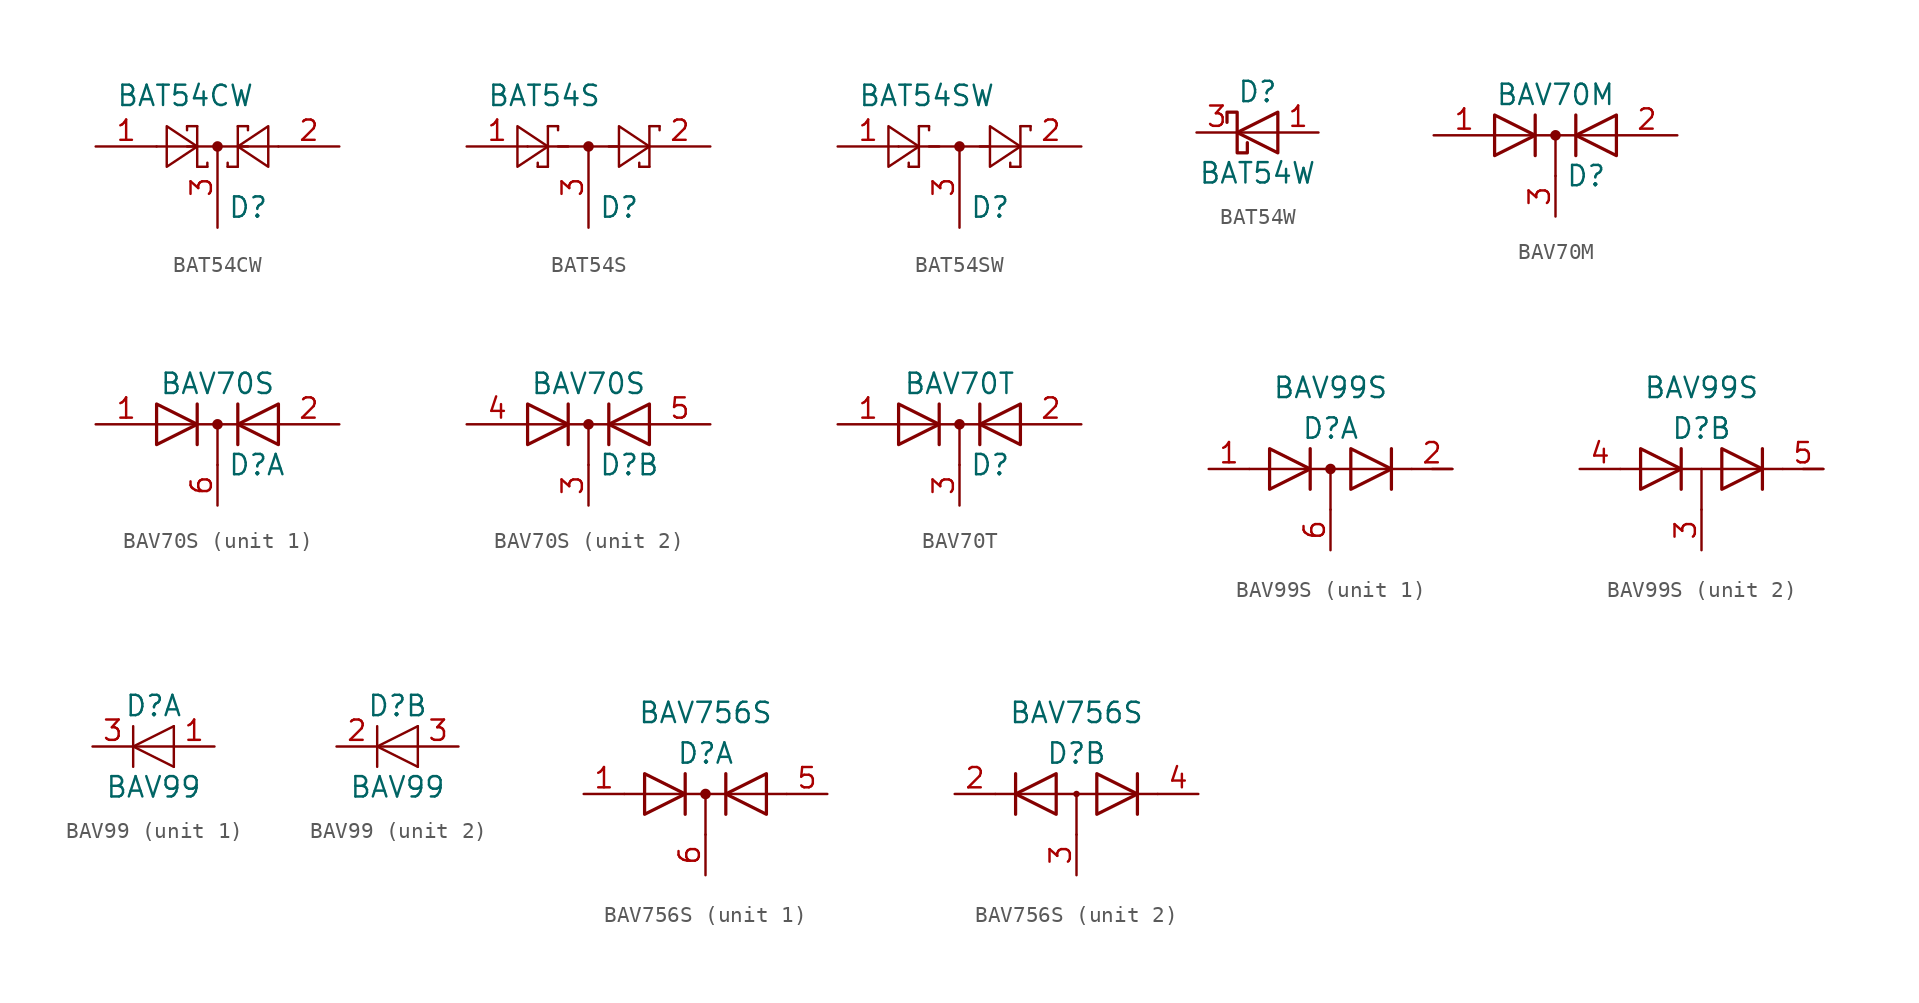
<source format=kicad_sym>
(kicad_symbol_lib
  (version 20201005)
  (generator kicad_symbol_editor)
  (symbol "BAT54CW"
    (pin_names
      (offset 1.016))
    (property "Reference" "D"
      (at 0.635 -3.81 0)
      (effects (font (size 1.27 1.27)) (justify left)))
    (property "Value" "BAT54CW"
      (at -6.35 3.175 0)
      (effects (font (size 1.27 1.27)) (justify left)))
    (symbol "BAT54CW_0_1"
      (circle (center 0 0) (radius 0.254) (stroke (width 0)) (fill (type outline)))
      (polyline (pts (xy -1.905 0) (xy 1.905 0)) (stroke (width 0)) (fill (type none)))
      (polyline (pts (xy -1.905 1.27) (xy -1.905 1.016)) (stroke (width 0)) (fill (type none)))
      (polyline (pts (xy -1.27 -1.27) (xy -0.635 -1.27)) (stroke (width 0)) (fill (type none)))
      (polyline (pts (xy -1.27 0) (xy -3.81 0)) (stroke (width 0)) (fill (type none)))
      (polyline (pts (xy -1.27 1.27) (xy -1.905 1.27)) (stroke (width 0)) (fill (type none)))
      (polyline (pts (xy -1.27 1.27) (xy -1.27 -1.27)) (stroke (width 0)) (fill (type none)))
      (polyline (pts (xy -0.635 -1.27) (xy -0.635 -1.016)) (stroke (width 0)) (fill (type none)))
      (polyline (pts (xy 0.635 -1.27) (xy 0.635 -1.016)) (stroke (width 0)) (fill (type none)))
      (polyline (pts (xy 1.27 -1.27) (xy 0.635 -1.27)) (stroke (width 0)) (fill (type none)))
      (polyline (pts (xy 1.27 1.27) (xy 1.27 -1.27)) (stroke (width 0)) (fill (type none)))
      (polyline (pts (xy 1.27 1.27) (xy 1.905 1.27)) (stroke (width 0)) (fill (type none)))
      (polyline (pts (xy 1.905 1.27) (xy 1.905 1.016)) (stroke (width 0)) (fill (type none)))
      (polyline (pts (xy 3.81 0) (xy 1.27 0)) (stroke (width 0)) (fill (type none)))
      (polyline (pts (xy -3.175 -1.27) (xy -3.175 1.27) (xy -1.27 0) (xy -3.175 -1.27)) (stroke (width 0)) (fill (type none)))
      (polyline (pts (xy 3.175 -1.27) (xy 3.175 1.27) (xy 1.27 0) (xy 3.175 -1.27)) (stroke (width 0)) (fill (type none))))
    (symbol "BAT54CW_1_1"
      (pin passive line (at -7.62 0 0) (length 3.81) (name "~" (effects (font (size 1.27 1.27)))) (number "1" (effects (font (size 1.27 1.27)))))
      (pin passive line (at 7.62 0 180) (length 3.81) (name "~" (effects (font (size 1.27 1.27)))) (number "2" (effects (font (size 1.27 1.27)))))
      (pin passive line (at 0 -5.08 90) (length 5.08) (name "~" (effects (font (size 1.27 1.27)))) (number "3" (effects (font (size 1.27 1.27)))))))
  (symbol "BAT54S"
    (pin_names
      (offset 1.016))
    (property "Reference" "D"
      (at 0.635 -3.81 0)
      (effects (font (size 1.27 1.27)) (justify left)))
    (property "Value" "BAT54S"
      (at -6.35 3.175 0)
      (effects (font (size 1.27 1.27)) (justify left)))
    (symbol "BAT54S_0_1"
      (circle (center 0 0) (radius 0.254) (stroke (width 0)) (fill (type outline)))
      (polyline (pts (xy -3.81 0) (xy -1.27 0)) (stroke (width 0)) (fill (type none)))
      (polyline (pts (xy -3.175 -1.27) (xy -3.175 -1.016)) (stroke (width 0)) (fill (type none)))
      (polyline (pts (xy -2.54 -1.27) (xy -3.175 -1.27)) (stroke (width 0)) (fill (type none)))
      (polyline (pts (xy -2.54 -1.27) (xy -2.54 1.27)) (stroke (width 0)) (fill (type none)))
      (polyline (pts (xy -2.54 1.27) (xy -1.905 1.27)) (stroke (width 0)) (fill (type none)))
      (polyline (pts (xy -1.905 0) (xy 1.905 0)) (stroke (width 0)) (fill (type none)))
      (polyline (pts (xy -1.905 1.27) (xy -1.905 1.016)) (stroke (width 0)) (fill (type none)))
      (polyline (pts (xy 1.27 0) (xy 3.81 0)) (stroke (width 0)) (fill (type none)))
      (polyline (pts (xy 3.175 -1.27) (xy 3.175 -1.016)) (stroke (width 0)) (fill (type none)))
      (polyline (pts (xy 3.81 -1.27) (xy 3.175 -1.27)) (stroke (width 0)) (fill (type none)))
      (polyline (pts (xy 3.81 -1.27) (xy 3.81 1.27)) (stroke (width 0)) (fill (type none)))
      (polyline (pts (xy 3.81 1.27) (xy 4.445 1.27)) (stroke (width 0)) (fill (type none)))
      (polyline (pts (xy 4.445 1.27) (xy 4.445 1.016)) (stroke (width 0)) (fill (type none)))
      (polyline (pts (xy -4.445 1.27) (xy -4.445 -1.27) (xy -2.54 0) (xy -4.445 1.27)) (stroke (width 0)) (fill (type none)))
      (polyline (pts (xy 1.905 1.27) (xy 1.905 -1.27) (xy 3.81 0) (xy 1.905 1.27)) (stroke (width 0)) (fill (type none))))
    (symbol "BAT54S_1_1"
      (pin passive line (at -7.62 0 0) (length 3.81) (name "~" (effects (font (size 1.27 1.27)))) (number "1" (effects (font (size 1.27 1.27)))))
      (pin passive line (at 7.62 0 180) (length 3.81) (name "~" (effects (font (size 1.27 1.27)))) (number "2" (effects (font (size 1.27 1.27)))))
      (pin passive line (at 0 -5.08 90) (length 5.08) (name "~" (effects (font (size 1.27 1.27)))) (number "3" (effects (font (size 1.27 1.27)))))))
  (symbol "BAT54SW"
    (pin_names
      (offset 1.016))
    (property "Reference" "D"
      (at 0.635 -3.81 0)
      (effects (font (size 1.27 1.27)) (justify left)))
    (property "Value" "BAT54SW"
      (at -6.35 3.175 0)
      (effects (font (size 1.27 1.27)) (justify left)))
    (symbol "BAT54SW_0_1"
      (circle (center 0 0) (radius 0.254) (stroke (width 0)) (fill (type outline)))
      (polyline (pts (xy -3.81 0) (xy -1.27 0)) (stroke (width 0)) (fill (type none)))
      (polyline (pts (xy -3.175 -1.27) (xy -3.175 -1.016)) (stroke (width 0)) (fill (type none)))
      (polyline (pts (xy -2.54 -1.27) (xy -3.175 -1.27)) (stroke (width 0)) (fill (type none)))
      (polyline (pts (xy -2.54 -1.27) (xy -2.54 1.27)) (stroke (width 0)) (fill (type none)))
      (polyline (pts (xy -2.54 1.27) (xy -1.905 1.27)) (stroke (width 0)) (fill (type none)))
      (polyline (pts (xy -1.905 0) (xy 1.905 0)) (stroke (width 0)) (fill (type none)))
      (polyline (pts (xy -1.905 1.27) (xy -1.905 1.016)) (stroke (width 0)) (fill (type none)))
      (polyline (pts (xy 1.27 0) (xy 3.81 0)) (stroke (width 0)) (fill (type none)))
      (polyline (pts (xy 3.175 -1.27) (xy 3.175 -1.016)) (stroke (width 0)) (fill (type none)))
      (polyline (pts (xy 3.81 -1.27) (xy 3.175 -1.27)) (stroke (width 0)) (fill (type none)))
      (polyline (pts (xy 3.81 -1.27) (xy 3.81 1.27)) (stroke (width 0)) (fill (type none)))
      (polyline (pts (xy 3.81 1.27) (xy 4.445 1.27)) (stroke (width 0)) (fill (type none)))
      (polyline (pts (xy 4.445 1.27) (xy 4.445 1.016)) (stroke (width 0)) (fill (type none)))
      (polyline (pts (xy -4.445 1.27) (xy -4.445 -1.27) (xy -2.54 0) (xy -4.445 1.27)) (stroke (width 0)) (fill (type none)))
      (polyline (pts (xy 1.905 1.27) (xy 1.905 -1.27) (xy 3.81 0) (xy 1.905 1.27)) (stroke (width 0)) (fill (type none))))
    (symbol "BAT54SW_1_1"
      (pin passive line (at -7.62 0 0) (length 3.81) (name "~" (effects (font (size 1.27 1.27)))) (number "1" (effects (font (size 1.27 1.27)))))
      (pin passive line (at 7.62 0 180) (length 3.81) (name "~" (effects (font (size 1.27 1.27)))) (number "2" (effects (font (size 1.27 1.27)))))
      (pin passive line (at 0 -5.08 90) (length 5.08) (name "~" (effects (font (size 1.27 1.27)))) (number "3" (effects (font (size 1.27 1.27)))))))
  (symbol "BAT54W"
    (pin_names
      (offset 1.016) hide)
    (property "Reference" "D"
      (at 0 2.54 0)
      (effects (font (size 1.27 1.27))))
    (property "Value" "BAT54W"
      (at 0 -2.54 0)
      (effects (font (size 1.27 1.27))))
    (symbol "BAT54W_0_1"
      (polyline (pts (xy 1.27 0) (xy -1.27 0)) (stroke (width 0)) (fill (type none)))
      (polyline (pts (xy 1.27 1.27) (xy 1.27 -1.27) (xy -1.27 0) (xy 1.27 1.27)) (stroke (width 0.203)) (fill (type none)))
      (polyline (pts (xy -1.905 0.635) (xy -1.905 1.27) (xy -1.27 1.27) (xy -1.27 -1.27) (xy -0.635 -1.27) (xy -0.635 -0.635)) (stroke (width 0.203)) (fill (type none))))
    (symbol "BAT54W_1_1"
      (pin passive line (at 3.81 0 180) (length 2.54) (name "A" (effects (font (size 1.27 1.27)))) (number "1" (effects (font (size 1.27 1.27)))))
      (pin no_connect line (at 0 0 90) (length 2.54) hide (name "NC" (effects (font (size 1.27 1.27)))) (number "2" (effects (font (size 1.27 1.27)))))
      (pin passive line (at -3.81 0 0) (length 2.54) (name "K" (effects (font (size 1.27 1.27)))) (number "3" (effects (font (size 1.27 1.27)))))))
  (symbol "BAV70M"
    (pin_names
      (offset 0.762) hide)
    (property "Reference" "D"
      (at 0.635 -2.54 0)
      (effects (font (size 1.27 1.27)) (justify left)))
    (property "Value" "BAV70M"
      (at 0 2.54 0)
      (effects (font (size 1.27 1.27))))
    (symbol "BAV70M_0_1"
      (circle (center 0 0) (radius 0.254) (stroke (width 0)) (fill (type outline)))
      (polyline (pts (xy -3.81 0) (xy 3.81 0)) (stroke (width 0)) (fill (type none)))
      (polyline (pts (xy 0 0) (xy 0 -2.54)) (stroke (width 0)) (fill (type none)))
      (polyline (pts (xy -1.27 -1.27) (xy -1.27 1.27) (xy -1.27 1.27)) (stroke (width 0.203)) (fill (type none)))
      (polyline (pts (xy 1.27 -1.27) (xy 1.27 1.27) (xy 1.27 1.27)) (stroke (width 0.203)) (fill (type none)))
      (polyline (pts (xy -3.81 1.27) (xy -1.27 0) (xy -3.81 -1.27) (xy -3.81 1.27) (xy -3.81 1.27) (xy -3.81 1.27)) (stroke (width 0.203)) (fill (type none)))
      (polyline (pts (xy 3.81 -1.27) (xy 1.27 0) (xy 3.81 1.27) (xy 3.81 -1.27) (xy 3.81 -1.27) (xy 3.81 -1.27)) (stroke (width 0.203)) (fill (type none)))
      (pin passive line (at -7.62 0 0) (length 3.81) (name "A" (effects (font (size 1.27 1.27)))) (number "1" (effects (font (size 1.27 1.27)))))
      (pin passive line (at 7.62 0 180) (length 3.81) (name "A" (effects (font (size 1.27 1.27)))) (number "2" (effects (font (size 1.27 1.27)))))
      (pin passive line (at 0 -5.08 90) (length 2.54) (name "K" (effects (font (size 1.27 1.27)))) (number "3" (effects (font (size 1.27 1.27)))))))
  (symbol "BAV70S"
    (pin_names
      (offset 0.762) hide)
    (property "Reference" "D"
      (at 0.635 -2.54 0)
      (effects (font (size 1.27 1.27)) (justify left)))
    (property "Value" "BAV70S"
      (at 0 2.54 0)
      (effects (font (size 1.27 1.27))))
    (symbol "BAV70S_0_1"
      (circle (center 0 0) (radius 0.254) (stroke (width 0)) (fill (type outline)))
      (polyline (pts (xy -3.81 0) (xy 3.81 0)) (stroke (width 0)) (fill (type none)))
      (polyline (pts (xy 0 0) (xy 0 -2.54)) (stroke (width 0)) (fill (type none)))
      (polyline (pts (xy -1.27 -1.27) (xy -1.27 1.27) (xy -1.27 1.27)) (stroke (width 0.203)) (fill (type none)))
      (polyline (pts (xy 1.27 -1.27) (xy 1.27 1.27) (xy 1.27 1.27)) (stroke (width 0.203)) (fill (type none)))
      (polyline (pts (xy -3.81 1.27) (xy -1.27 0) (xy -3.81 -1.27) (xy -3.81 1.27) (xy -3.81 1.27) (xy -3.81 1.27)) (stroke (width 0.203)) (fill (type none)))
      (polyline (pts (xy 3.81 -1.27) (xy 1.27 0) (xy 3.81 1.27) (xy 3.81 -1.27) (xy 3.81 -1.27) (xy 3.81 -1.27)) (stroke (width 0.203)) (fill (type none))))
    (symbol "BAV70S_1_1"
      (pin passive line (at -7.62 0 0) (length 3.81) (name "A" (effects (font (size 1.27 1.27)))) (number "1" (effects (font (size 1.27 1.27)))))
      (pin passive line (at 7.62 0 180) (length 3.81) (name "A" (effects (font (size 1.27 1.27)))) (number "2" (effects (font (size 1.27 1.27)))))
      (pin passive line (at 0 -5.08 90) (length 2.54) (name "K" (effects (font (size 1.27 1.27)))) (number "6" (effects (font (size 1.27 1.27))))))
    (symbol "BAV70S_2_1"
      (pin passive line (at 0 -5.08 90) (length 2.54) (name "K" (effects (font (size 1.27 1.27)))) (number "3" (effects (font (size 1.27 1.27)))))
      (pin passive line (at -7.62 0 0) (length 3.81) (name "A" (effects (font (size 1.27 1.27)))) (number "4" (effects (font (size 1.27 1.27)))))
      (pin passive line (at 7.62 0 180) (length 3.81) (name "A" (effects (font (size 1.27 1.27)))) (number "5" (effects (font (size 1.27 1.27)))))))
  (symbol "BAV70T"
    (pin_names
      (offset 0.762) hide)
    (property "Reference" "D"
      (at 0.635 -2.54 0)
      (effects (font (size 1.27 1.27)) (justify left)))
    (property "Value" "BAV70T"
      (at 0 2.54 0)
      (effects (font (size 1.27 1.27))))
    (symbol "BAV70T_0_1"
      (circle (center 0 0) (radius 0.254) (stroke (width 0)) (fill (type outline)))
      (polyline (pts (xy -3.81 0) (xy 3.81 0)) (stroke (width 0)) (fill (type none)))
      (polyline (pts (xy 0 0) (xy 0 -2.54)) (stroke (width 0)) (fill (type none)))
      (polyline (pts (xy -1.27 -1.27) (xy -1.27 1.27) (xy -1.27 1.27)) (stroke (width 0.203)) (fill (type none)))
      (polyline (pts (xy 1.27 -1.27) (xy 1.27 1.27) (xy 1.27 1.27)) (stroke (width 0.203)) (fill (type none)))
      (polyline (pts (xy -3.81 1.27) (xy -1.27 0) (xy -3.81 -1.27) (xy -3.81 1.27) (xy -3.81 1.27) (xy -3.81 1.27)) (stroke (width 0.203)) (fill (type none)))
      (polyline (pts (xy 3.81 -1.27) (xy 1.27 0) (xy 3.81 1.27) (xy 3.81 -1.27) (xy 3.81 -1.27) (xy 3.81 -1.27)) (stroke (width 0.203)) (fill (type none)))
      (pin passive line (at -7.62 0 0) (length 3.81) (name "A" (effects (font (size 1.27 1.27)))) (number "1" (effects (font (size 1.27 1.27)))))
      (pin passive line (at 7.62 0 180) (length 3.81) (name "A" (effects (font (size 1.27 1.27)))) (number "2" (effects (font (size 1.27 1.27)))))
      (pin passive line (at 0 -5.08 90) (length 2.54) (name "K" (effects (font (size 1.27 1.27)))) (number "3" (effects (font (size 1.27 1.27)))))))
  (symbol "BAV99S"
    (pin_names
      (offset 0.025) hide)
    (property "Reference" "D"
      (at 0 2.54 0)
      (effects (font (size 1.27 1.27))))
    (property "Value" "BAV99S"
      (at 0 5.08 0)
      (effects (font (size 1.27 1.27))))
    (property "ki_locked" ""
      (at 0 0 0)
      (effects (font (size 1.27 1.27))))
    (symbol "BAV99S_0_1"
      (polyline (pts (xy -5.08 0) (xy 5.08 0)) (stroke (width 0)) (fill (type none)))
      (polyline (pts (xy 0 0) (xy 0 -2.54)) (stroke (width 0)) (fill (type none)))
      (polyline (pts (xy -1.27 -1.27) (xy -1.27 1.27) (xy -1.27 1.27)) (stroke (width 0.203)) (fill (type none)))
      (polyline (pts (xy 3.81 1.27) (xy 3.81 -1.27) (xy 3.81 -1.27)) (stroke (width 0.203)) (fill (type none)))
      (polyline (pts (xy -3.81 1.27) (xy -1.27 0) (xy -3.81 -1.27) (xy -3.81 1.27) (xy -3.81 1.27) (xy -3.81 1.27)) (stroke (width 0.203)) (fill (type none)))
      (polyline (pts (xy 1.27 1.27) (xy 3.81 0) (xy 1.27 -1.27) (xy 1.27 1.27) (xy 1.27 1.27) (xy 1.27 1.27)) (stroke (width 0.203)) (fill (type none))))
    (symbol "BAV99S_1_1"
      (circle (center 0 0) (radius 0.254) (stroke (width 0)) (fill (type outline)))
      (polyline (pts (xy 6.35 0) (xy 7.62 0)) (stroke (width 0)) (fill (type none)))
      (pin passive line (at -7.62 0 0) (length 2.54) (name "A1" (effects (font (size 1.27 1.27)))) (number "1" (effects (font (size 1.27 1.27)))))
      (pin passive line (at 7.62 0 180) (length 2.54) (name "K2" (effects (font (size 1.27 1.27)))) (number "2" (effects (font (size 1.27 1.27)))))
      (pin passive line (at 0 -5.08 90) (length 2.54) (name "K3A4" (effects (font (size 1.27 1.27)))) (number "6" (effects (font (size 1.27 1.27))))))
    (symbol "BAV99S_2_1"
      (polyline (pts (xy 6.35 0) (xy 7.62 0)) (stroke (width 0)) (fill (type none)))
      (pin passive line (at 0 -5.08 90) (length 2.54) (name "K1A2" (effects (font (size 1.27 1.27)))) (number "3" (effects (font (size 1.27 1.27)))))
      (pin passive line (at -7.62 0 0) (length 2.54) (name "A3" (effects (font (size 1.27 1.27)))) (number "4" (effects (font (size 1.27 1.27)))))
      (pin passive line (at 7.62 0 180) (length 2.54) (name "K4" (effects (font (size 1.27 1.27)))) (number "5" (effects (font (size 1.27 1.27)))))))
  (symbol "BAV99"
    (pin_names
      (offset 1.016) hide)
    (property "Reference" "D"
      (at 0 2.54 0)
      (effects (font (size 1.27 1.27))))
    (property "Value" "BAV99"
      (at 0 -2.54 0)
      (effects (font (size 1.27 1.27))))
    (symbol "BAV99_0_1"
      (polyline (pts (xy -1.27 1.27) (xy -1.27 -1.27)) (stroke (width 0.152)) (fill (type none)))
      (polyline (pts (xy 1.27 0) (xy -1.27 0)) (stroke (width 0)) (fill (type none)))
      (polyline (pts (xy 1.27 1.27) (xy 1.27 -1.27)) (stroke (width 0)) (fill (type none)))
      (polyline (pts (xy 1.27 1.27) (xy -1.27 0) (xy 1.27 -1.27)) (stroke (width 0)) (fill (type none))))
    (symbol "BAV99_1_1"
      (pin passive line (at 3.81 0 180) (length 2.54) (name "A" (effects (font (size 1.27 1.27)))) (number "1" (effects (font (size 1.27 1.27)))))
      (pin passive line (at -3.81 0 0) (length 2.54) (name "K" (effects (font (size 1.27 1.27)))) (number "3" (effects (font (size 1.27 1.27))))))
    (symbol "BAV99_2_1"
      (pin passive line (at -3.81 0 0) (length 2.54) (name "K" (effects (font (size 1.27 1.27)))) (number "2" (effects (font (size 1.27 1.27)))))
      (pin passive line (at 3.81 0 180) (length 2.54) (name "A" (effects (font (size 1.27 1.27)))) (number "3" (effects (font (size 1.27 1.27)))))))
  (symbol "BAV756S"
    (pin_names
      (offset 0.025) hide)
    (property "Reference" "D"
      (at 0 2.54 0)
      (effects (font (size 1.27 1.27))))
    (property "Value" "BAV756S"
      (at 0 5.08 0)
      (effects (font (size 1.27 1.27))))
    (property "ki_locked" ""
      (at 0 0 0)
      (effects (font (size 1.27 1.27))))
    (symbol "BAV756S_1_1"
      (circle (center 0 0) (radius 0.254) (stroke (width 0)) (fill (type outline)))
      (polyline (pts (xy -5.08 0) (xy 5.08 0)) (stroke (width 0)) (fill (type none)))
      (polyline (pts (xy 0 0) (xy 0 -2.54)) (stroke (width 0)) (fill (type none)))
      (polyline (pts (xy -1.27 -1.27) (xy -1.27 1.27) (xy -1.27 1.27)) (stroke (width 0.203)) (fill (type none)))
      (polyline (pts (xy 1.27 -1.27) (xy 1.27 1.27) (xy 1.27 1.27)) (stroke (width 0.203)) (fill (type none)))
      (polyline (pts (xy -3.81 1.27) (xy -1.27 0) (xy -3.81 -1.27) (xy -3.81 1.27) (xy -3.81 1.27) (xy -3.81 1.27)) (stroke (width 0.203)) (fill (type none)))
      (polyline (pts (xy 3.81 -1.27) (xy 1.27 0) (xy 3.81 1.27) (xy 3.81 -1.27) (xy 3.81 -1.27) (xy 3.81 -1.27)) (stroke (width 0.203)) (fill (type none)))
      (pin passive line (at -7.62 0 0) (length 2.54) (name "A1" (effects (font (size 1.27 1.27)))) (number "1" (effects (font (size 1.27 1.27)))))
      (pin passive line (at 7.62 0 180) (length 2.54) (name "A4" (effects (font (size 1.27 1.27)))) (number "5" (effects (font (size 1.27 1.27)))))
      (pin passive line (at 0 -5.08 90) (length 2.54) (name "CK" (effects (font (size 1.27 1.27)))) (number "6" (effects (font (size 1.27 1.27))))))
    (symbol "BAV756S_2_1"
      (circle (center 0 0) (radius 0.127) (stroke (width 0)) (fill (type none)))
      (polyline (pts (xy -5.08 0) (xy 5.08 0)) (stroke (width 0)) (fill (type none)))
      (polyline (pts (xy 0 0) (xy 0 -2.54)) (stroke (width 0)) (fill (type none)))
      (polyline (pts (xy -3.81 1.27) (xy -3.81 -1.27) (xy -3.81 -1.27)) (stroke (width 0.203)) (fill (type none)))
      (polyline (pts (xy 3.81 1.27) (xy 3.81 -1.27) (xy 3.81 -1.27)) (stroke (width 0.203)) (fill (type none)))
      (polyline (pts (xy -1.27 -1.27) (xy -3.81 0) (xy -1.27 1.27) (xy -1.27 -1.27) (xy -1.27 -1.27) (xy -1.27 -1.27)) (stroke (width 0.203)) (fill (type none)))
      (polyline (pts (xy 1.27 1.27) (xy 3.81 0) (xy 1.27 -1.27) (xy 1.27 1.27) (xy 1.27 1.27) (xy 1.27 1.27)) (stroke (width 0.203)) (fill (type none)))
      (pin passive line (at -7.62 0 0) (length 2.54) (name "K2" (effects (font (size 1.27 1.27)))) (number "2" (effects (font (size 1.27 1.27)))))
      (pin passive line (at 0 -5.08 90) (length 2.54) (name "CA" (effects (font (size 1.27 1.27)))) (number "3" (effects (font (size 1.27 1.27)))))
      (pin passive line (at 7.62 0 180) (length 2.54) (name "K3" (effects (font (size 1.27 1.27)))) (number "4" (effects (font (size 1.27 1.27))))))))
</source>
